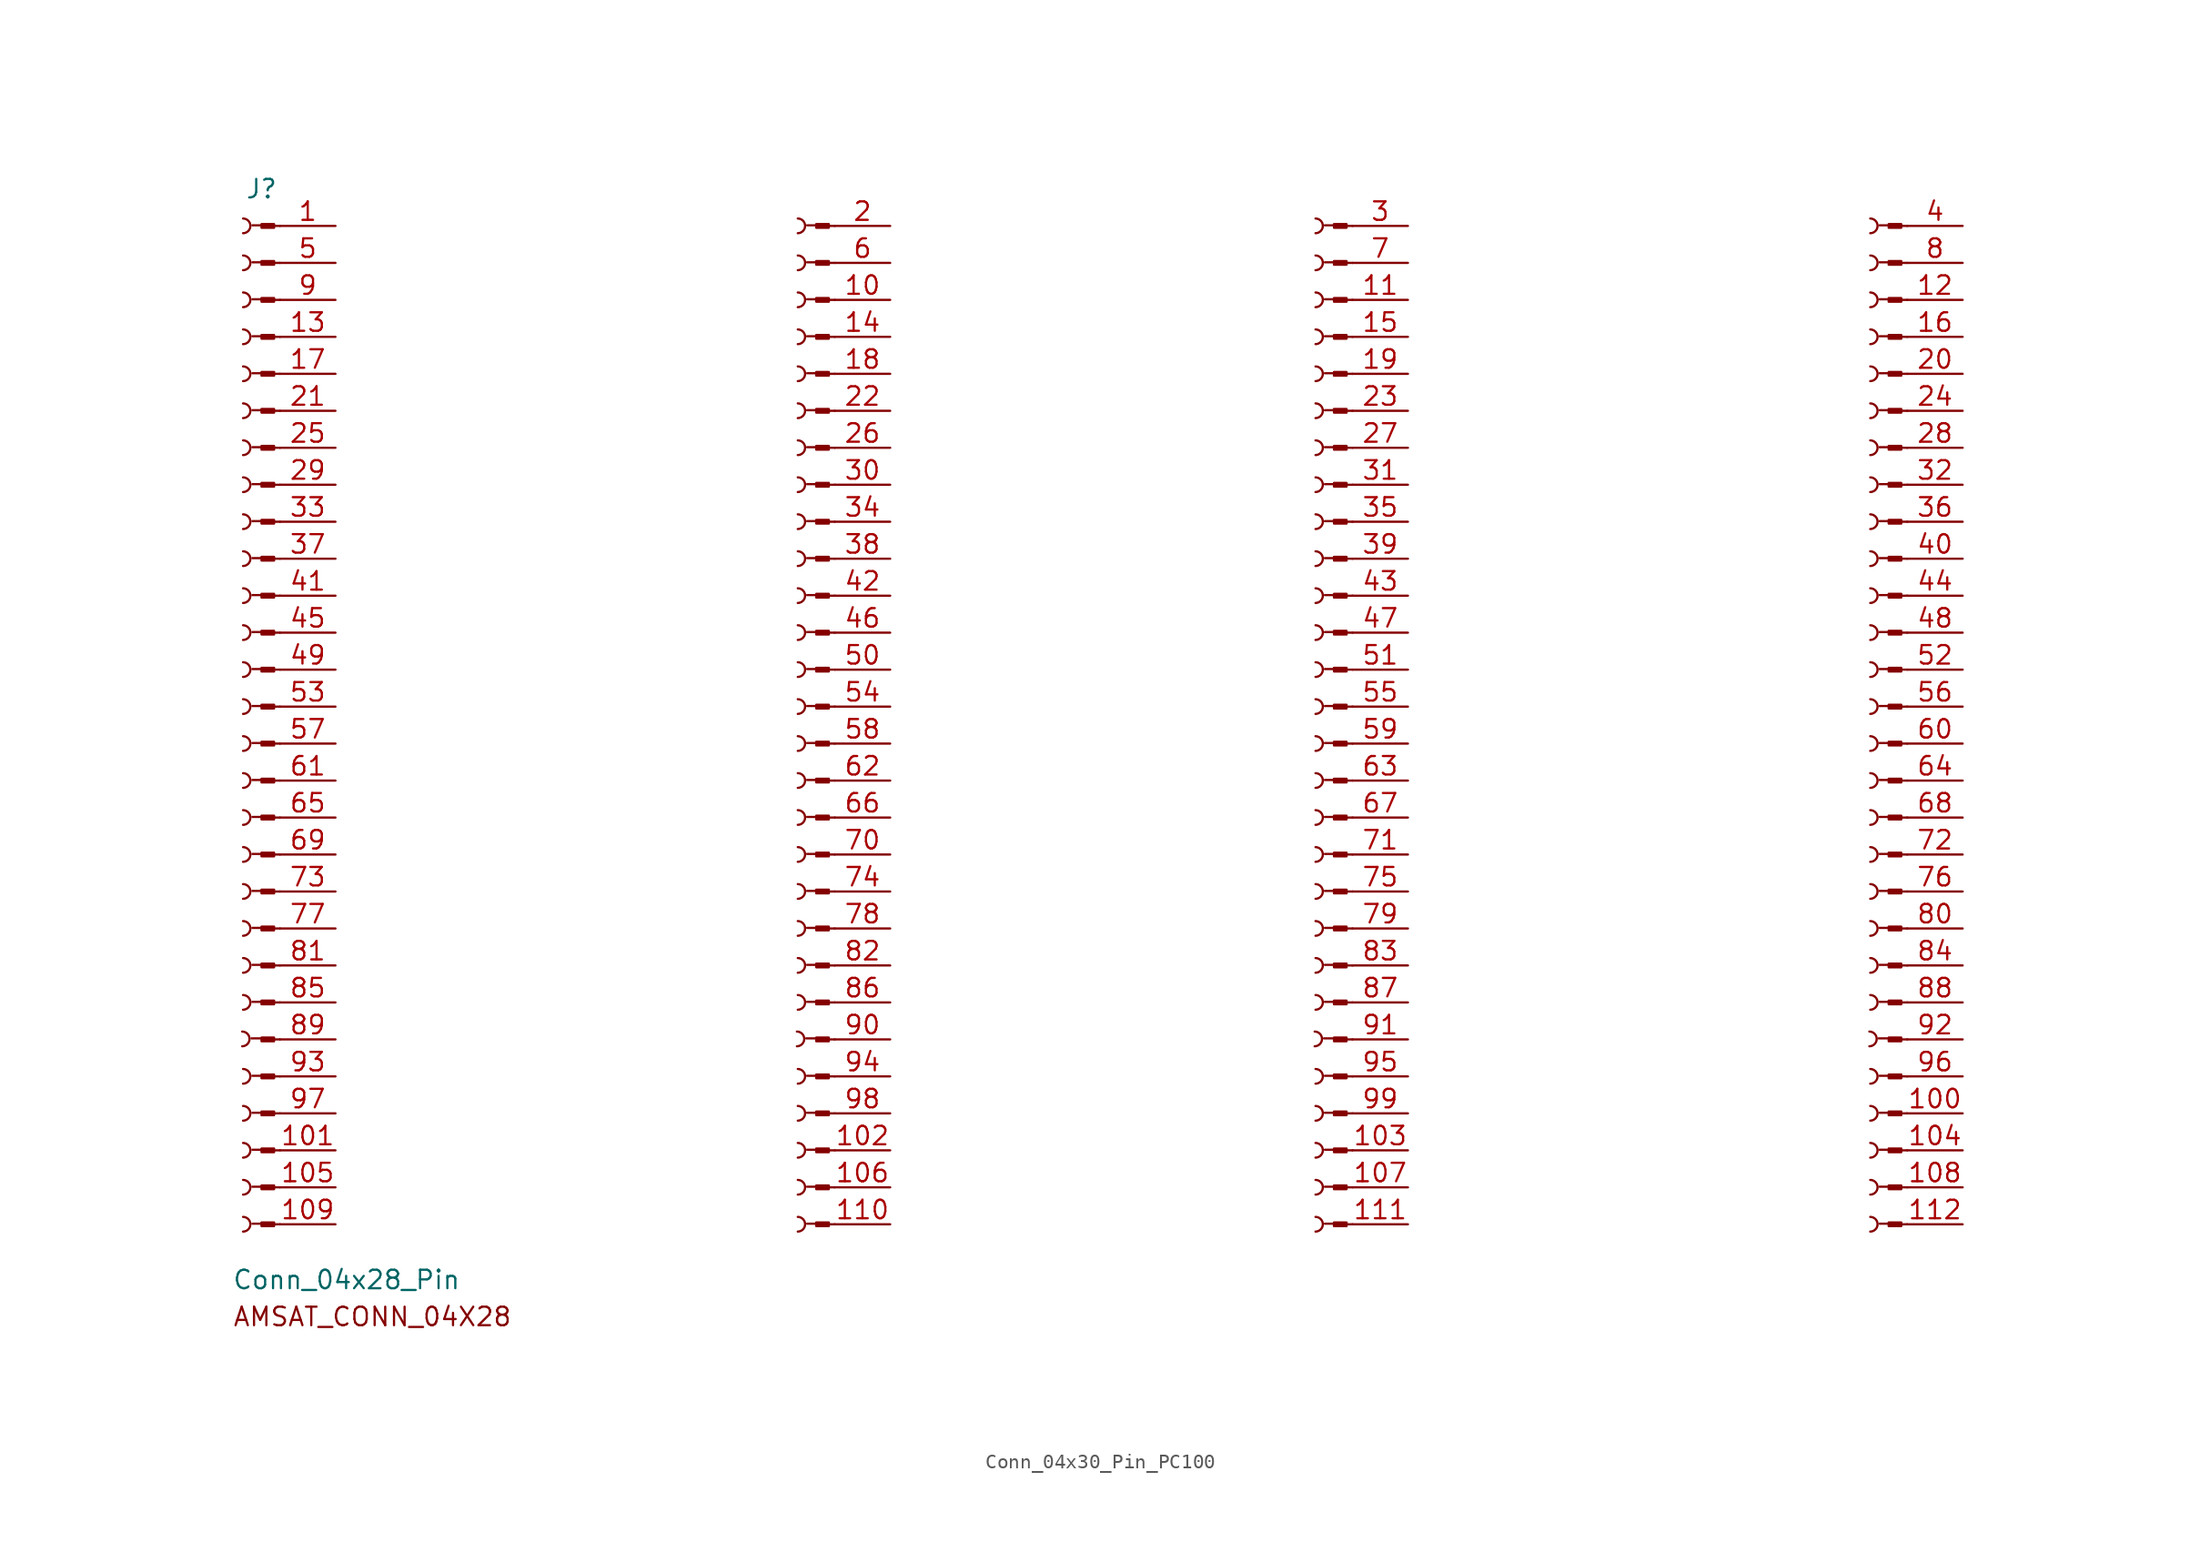
<source format=kicad_sym>
(kicad_symbol_lib
  (version 20220914)
  (generator kicad_symbol_editor)
  (symbol "Conn_04x30_Pin_PC100"
    (pin_names
      (offset 1.016) hide)
    (property "Reference" "J"
      (at 0 38.1 0)
      (effects (font (size 1.27 1.27))))
    (property "Value" "Conn_04x28_Pin"
      (at 5.842 -36.83 0)
      (effects (font (size 1.27 1.27))))
    (property "ki_locked" ""
      (at 0 0 0)
      (effects (font (size 1.27 1.27))))
    (symbol "Conn_04x30_Pin_PC100_1_1"
      (arc (start -1.3279 -20.7968) (mid -0.8221 -20.2888) (end -1.3279 -19.7808) (stroke (width 0.1524) (type default)) (fill (type none)))
      (arc (start -1.2678 -33.528) (mid -0.762 -33.02) (end -1.2678 -32.512) (stroke (width 0.1524) (type default)) (fill (type none)))
      (arc (start -1.2678 -30.988) (mid -0.762 -30.48) (end -1.2678 -29.972) (stroke (width 0.1524) (type default)) (fill (type none)))
      (arc (start -1.2678 -28.448) (mid -0.762 -27.94) (end -1.2678 -27.432) (stroke (width 0.1524) (type default)) (fill (type none)))
      (arc (start -1.2678 -25.908) (mid -0.762 -25.4) (end -1.2678 -24.892) (stroke (width 0.1524) (type default)) (fill (type none)))
      (arc (start -1.2678 -23.368) (mid -0.762 -22.86) (end -1.2678 -22.352) (stroke (width 0.1524) (type default)) (fill (type none)))
      (arc (start -1.2678 -18.288) (mid -0.762 -17.78) (end -1.2678 -17.272) (stroke (width 0.1524) (type default)) (fill (type none)))
      (arc (start -1.2678 -15.748) (mid -0.762 -15.24) (end -1.2678 -14.732) (stroke (width 0.1524) (type default)) (fill (type none)))
      (arc (start -1.2678 -13.208) (mid -0.762 -12.7) (end -1.2678 -12.192) (stroke (width 0.1524) (type default)) (fill (type none)))
      (arc (start -1.2678 -10.668) (mid -0.762 -10.16) (end -1.2678 -9.652) (stroke (width 0.1524) (type default)) (fill (type none)))
      (arc (start -1.2678 -8.128) (mid -0.762 -7.62) (end -1.2678 -7.112) (stroke (width 0.1524) (type default)) (fill (type none)))
      (arc (start -1.2678 -5.588) (mid -0.762 -5.08) (end -1.2678 -4.572) (stroke (width 0.1524) (type default)) (fill (type none)))
      (arc (start -1.2678 -3.048) (mid -0.762 -2.54) (end -1.2678 -2.032) (stroke (width 0.1524) (type default)) (fill (type none)))
      (arc (start -1.2678 -0.508) (mid -0.762 0) (end -1.2678 0.508) (stroke (width 0.1524) (type default)) (fill (type none)))
      (arc (start -1.2678 2.032) (mid -0.762 2.54) (end -1.2678 3.048) (stroke (width 0.1524) (type default)) (fill (type none)))
      (arc (start -1.2678 4.572) (mid -0.762 5.08) (end -1.2678 5.588) (stroke (width 0.1524) (type default)) (fill (type none)))
      (arc (start -1.2678 7.112) (mid -0.762 7.62) (end -1.2678 8.128) (stroke (width 0.1524) (type default)) (fill (type none)))
      (arc (start -1.2678 9.652) (mid -0.762 10.16) (end -1.2678 10.668) (stroke (width 0.1524) (type default)) (fill (type none)))
      (arc (start -1.2678 12.192) (mid -0.762 12.7) (end -1.2678 13.208) (stroke (width 0.1524) (type default)) (fill (type none)))
      (arc (start -1.2678 14.732) (mid -0.762 15.24) (end -1.2678 15.748) (stroke (width 0.1524) (type default)) (fill (type none)))
      (arc (start -1.2678 17.272) (mid -0.762 17.78) (end -1.2678 18.288) (stroke (width 0.1524) (type default)) (fill (type none)))
      (arc (start -1.2678 19.812) (mid -0.762 20.32) (end -1.2678 20.828) (stroke (width 0.1524) (type default)) (fill (type none)))
      (arc (start -1.2678 22.352) (mid -0.762 22.86) (end -1.2678 23.368) (stroke (width 0.1524) (type default)) (fill (type none)))
      (arc (start -1.2678 24.892) (mid -0.762 25.4) (end -1.2678 25.908) (stroke (width 0.1524) (type default)) (fill (type none)))
      (arc (start -1.2678 27.432) (mid -0.762 27.94) (end -1.2678 28.448) (stroke (width 0.1524) (type default)) (fill (type none)))
      (arc (start -1.2678 29.972) (mid -0.762 30.48) (end -1.2678 30.988) (stroke (width 0.1524) (type default)) (fill (type none)))
      (arc (start -1.2678 32.512) (mid -0.762 33.02) (end -1.2678 33.528) (stroke (width 0.1524) (type default)) (fill (type none)))
      (arc (start -1.2678 35.052) (mid -0.762 35.56) (end -1.2678 36.068) (stroke (width 0.1524) (type default)) (fill (type none)))
      (polyline (pts (xy 0.586 -20.248) (xy -0.684 -20.248)) (stroke (width 0) (type default)) (fill (type none)))
      (polyline (pts (xy 0.646 -32.979) (xy -0.624 -32.979)) (stroke (width 0) (type default)) (fill (type none)))
      (polyline (pts (xy 0.646 -30.439) (xy -0.624 -30.439)) (stroke (width 0) (type default)) (fill (type none)))
      (polyline (pts (xy 0.646 -27.899) (xy -0.624 -27.899)) (stroke (width 0) (type default)) (fill (type none)))
      (polyline (pts (xy 0.646 -25.359) (xy -0.624 -25.359)) (stroke (width 0) (type default)) (fill (type none)))
      (polyline (pts (xy 0.646 -22.819) (xy -0.624 -22.819)) (stroke (width 0) (type default)) (fill (type none)))
      (polyline (pts (xy 0.646 -17.739) (xy -0.624 -17.739)) (stroke (width 0) (type default)) (fill (type none)))
      (polyline (pts (xy 0.646 -15.199) (xy -0.624 -15.199)) (stroke (width 0) (type default)) (fill (type none)))
      (polyline (pts (xy 0.646 -12.659) (xy -0.624 -12.659)) (stroke (width 0) (type default)) (fill (type none)))
      (polyline (pts (xy 0.646 -10.119) (xy -0.624 -10.119)) (stroke (width 0) (type default)) (fill (type none)))
      (polyline (pts (xy 0.646 -7.579) (xy -0.624 -7.579)) (stroke (width 0) (type default)) (fill (type none)))
      (polyline (pts (xy 0.646 -5.039) (xy -0.624 -5.039)) (stroke (width 0) (type default)) (fill (type none)))
      (polyline (pts (xy 0.646 -2.499) (xy -0.624 -2.499)) (stroke (width 0) (type default)) (fill (type none)))
      (polyline (pts (xy 0.646 0.041) (xy -0.624 0.041)) (stroke (width 0) (type default)) (fill (type none)))
      (polyline (pts (xy 0.646 2.581) (xy -0.624 2.581)) (stroke (width 0) (type default)) (fill (type none)))
      (polyline (pts (xy 0.646 5.121) (xy -0.624 5.121)) (stroke (width 0) (type default)) (fill (type none)))
      (polyline (pts (xy 0.646 7.661) (xy -0.624 7.661)) (stroke (width 0) (type default)) (fill (type none)))
      (polyline (pts (xy 0.646 10.201) (xy -0.624 10.201)) (stroke (width 0) (type default)) (fill (type none)))
      (polyline (pts (xy 0.646 12.741) (xy -0.624 12.741)) (stroke (width 0) (type default)) (fill (type none)))
      (polyline (pts (xy 0.646 15.281) (xy -0.624 15.281)) (stroke (width 0) (type default)) (fill (type none)))
      (polyline (pts (xy 0.646 17.821) (xy -0.624 17.821)) (stroke (width 0) (type default)) (fill (type none)))
      (polyline (pts (xy 0.646 20.361) (xy -0.624 20.361)) (stroke (width 0) (type default)) (fill (type none)))
      (polyline (pts (xy 0.646 22.901) (xy -0.624 22.901)) (stroke (width 0) (type default)) (fill (type none)))
      (polyline (pts (xy 0.646 25.441) (xy -0.624 25.441)) (stroke (width 0) (type default)) (fill (type none)))
      (polyline (pts (xy 0.646 27.981) (xy -0.624 27.981)) (stroke (width 0) (type default)) (fill (type none)))
      (polyline (pts (xy 0.646 30.521) (xy -0.624 30.521)) (stroke (width 0) (type default)) (fill (type none)))
      (polyline (pts (xy 0.646 33.061) (xy -0.624 33.061)) (stroke (width 0) (type default)) (fill (type none)))
      (polyline (pts (xy 0.646 35.601) (xy -0.624 35.601)) (stroke (width 0) (type default)) (fill (type none)))
      (polyline (pts (xy 1.27 -33.02) (xy 0.864 -33.02)) (stroke (width 0.152) (type default)) (fill (type none)))
      (polyline (pts (xy 1.27 -30.48) (xy 0.864 -30.48)) (stroke (width 0.152) (type default)) (fill (type none)))
      (polyline (pts (xy 1.27 -27.94) (xy 0.864 -27.94)) (stroke (width 0.152) (type default)) (fill (type none)))
      (polyline (pts (xy 1.27 -25.4) (xy 0.864 -25.4)) (stroke (width 0.152) (type default)) (fill (type none)))
      (polyline (pts (xy 1.27 -22.86) (xy 0.864 -22.86)) (stroke (width 0.152) (type default)) (fill (type none)))
      (polyline (pts (xy 1.27 -20.32) (xy 0.864 -20.32)) (stroke (width 0.152) (type default)) (fill (type none)))
      (polyline (pts (xy 1.27 -17.78) (xy 0.864 -17.78)) (stroke (width 0.152) (type default)) (fill (type none)))
      (polyline (pts (xy 1.27 -15.24) (xy 0.864 -15.24)) (stroke (width 0.152) (type default)) (fill (type none)))
      (polyline (pts (xy 1.27 -12.7) (xy 0.864 -12.7)) (stroke (width 0.152) (type default)) (fill (type none)))
      (polyline (pts (xy 1.27 -10.16) (xy 0.864 -10.16)) (stroke (width 0.152) (type default)) (fill (type none)))
      (polyline (pts (xy 1.27 -7.62) (xy 0.864 -7.62)) (stroke (width 0.152) (type default)) (fill (type none)))
      (polyline (pts (xy 1.27 -5.08) (xy 0.864 -5.08)) (stroke (width 0.152) (type default)) (fill (type none)))
      (polyline (pts (xy 1.27 -2.54) (xy 0.864 -2.54)) (stroke (width 0.152) (type default)) (fill (type none)))
      (polyline (pts (xy 1.27 0) (xy 0.864 0)) (stroke (width 0.152) (type default)) (fill (type none)))
      (polyline (pts (xy 1.27 2.54) (xy 0.864 2.54)) (stroke (width 0.152) (type default)) (fill (type none)))
      (polyline (pts (xy 1.27 5.08) (xy 0.864 5.08)) (stroke (width 0.152) (type default)) (fill (type none)))
      (polyline (pts (xy 1.27 7.62) (xy 0.864 7.62)) (stroke (width 0.152) (type default)) (fill (type none)))
      (polyline (pts (xy 1.27 10.16) (xy 0.864 10.16)) (stroke (width 0.152) (type default)) (fill (type none)))
      (polyline (pts (xy 1.27 12.7) (xy 0.864 12.7)) (stroke (width 0.152) (type default)) (fill (type none)))
      (polyline (pts (xy 1.27 15.24) (xy 0.864 15.24)) (stroke (width 0.152) (type default)) (fill (type none)))
      (polyline (pts (xy 1.27 17.78) (xy 0.864 17.78)) (stroke (width 0.152) (type default)) (fill (type none)))
      (polyline (pts (xy 1.27 20.32) (xy 0.864 20.32)) (stroke (width 0.152) (type default)) (fill (type none)))
      (polyline (pts (xy 1.27 22.86) (xy 0.864 22.86)) (stroke (width 0.152) (type default)) (fill (type none)))
      (polyline (pts (xy 1.27 25.4) (xy 0.864 25.4)) (stroke (width 0.152) (type default)) (fill (type none)))
      (polyline (pts (xy 1.27 27.94) (xy 0.864 27.94)) (stroke (width 0.152) (type default)) (fill (type none)))
      (polyline (pts (xy 1.27 30.48) (xy 0.864 30.48)) (stroke (width 0.152) (type default)) (fill (type none)))
      (polyline (pts (xy 1.27 33.02) (xy 0.864 33.02)) (stroke (width 0.152) (type default)) (fill (type none)))
      (polyline (pts (xy 1.27 35.56) (xy 0.864 35.56)) (stroke (width 0.152) (type default)) (fill (type none)))
      (polyline (pts (xy 38.685 -20.248) (xy 37.416 -20.248)) (stroke (width 0) (type default)) (fill (type none)))
      (polyline (pts (xy 38.746 -32.979) (xy 37.476 -32.979)) (stroke (width 0) (type default)) (fill (type none)))
      (polyline (pts (xy 38.746 -30.439) (xy 37.476 -30.439)) (stroke (width 0) (type default)) (fill (type none)))
      (polyline (pts (xy 38.746 -27.899) (xy 37.476 -27.899)) (stroke (width 0) (type default)) (fill (type none)))
      (polyline (pts (xy 38.746 -25.359) (xy 37.476 -25.359)) (stroke (width 0) (type default)) (fill (type none)))
      (polyline (pts (xy 38.746 -22.819) (xy 37.476 -22.819)) (stroke (width 0) (type default)) (fill (type none)))
      (polyline (pts (xy 38.746 -17.739) (xy 37.476 -17.739)) (stroke (width 0) (type default)) (fill (type none)))
      (polyline (pts (xy 38.746 -15.199) (xy 37.476 -15.199)) (stroke (width 0) (type default)) (fill (type none)))
      (polyline (pts (xy 38.746 -12.659) (xy 37.476 -12.659)) (stroke (width 0) (type default)) (fill (type none)))
      (polyline (pts (xy 38.746 -10.119) (xy 37.476 -10.119)) (stroke (width 0) (type default)) (fill (type none)))
      (polyline (pts (xy 38.746 -7.579) (xy 37.476 -7.579)) (stroke (width 0) (type default)) (fill (type none)))
      (polyline (pts (xy 38.746 -5.039) (xy 37.476 -5.039)) (stroke (width 0) (type default)) (fill (type none)))
      (polyline (pts (xy 38.746 -2.499) (xy 37.476 -2.499)) (stroke (width 0) (type default)) (fill (type none)))
      (polyline (pts (xy 38.746 0.041) (xy 37.476 0.041)) (stroke (width 0) (type default)) (fill (type none)))
      (polyline (pts (xy 38.746 2.581) (xy 37.476 2.581)) (stroke (width 0) (type default)) (fill (type none)))
      (polyline (pts (xy 38.746 5.121) (xy 37.476 5.121)) (stroke (width 0) (type default)) (fill (type none)))
      (polyline (pts (xy 38.746 7.661) (xy 37.476 7.661)) (stroke (width 0) (type default)) (fill (type none)))
      (polyline (pts (xy 38.746 10.201) (xy 37.476 10.201)) (stroke (width 0) (type default)) (fill (type none)))
      (polyline (pts (xy 38.746 12.741) (xy 37.476 12.741)) (stroke (width 0) (type default)) (fill (type none)))
      (polyline (pts (xy 38.746 15.281) (xy 37.476 15.281)) (stroke (width 0) (type default)) (fill (type none)))
      (polyline (pts (xy 38.746 17.821) (xy 37.476 17.821)) (stroke (width 0) (type default)) (fill (type none)))
      (polyline (pts (xy 38.746 20.361) (xy 37.476 20.361)) (stroke (width 0) (type default)) (fill (type none)))
      (polyline (pts (xy 38.746 22.901) (xy 37.476 22.901)) (stroke (width 0) (type default)) (fill (type none)))
      (polyline (pts (xy 38.746 25.441) (xy 37.476 25.441)) (stroke (width 0) (type default)) (fill (type none)))
      (polyline (pts (xy 38.746 27.981) (xy 37.476 27.981)) (stroke (width 0) (type default)) (fill (type none)))
      (polyline (pts (xy 38.746 30.521) (xy 37.476 30.521)) (stroke (width 0) (type default)) (fill (type none)))
      (polyline (pts (xy 38.746 33.061) (xy 37.476 33.061)) (stroke (width 0) (type default)) (fill (type none)))
      (polyline (pts (xy 38.746 35.601) (xy 37.476 35.601)) (stroke (width 0) (type default)) (fill (type none)))
      (polyline (pts (xy 39.37 -33.02) (xy 38.964 -33.02)) (stroke (width 0.152) (type default)) (fill (type none)))
      (polyline (pts (xy 39.37 -30.48) (xy 38.964 -30.48)) (stroke (width 0.152) (type default)) (fill (type none)))
      (polyline (pts (xy 39.37 -27.94) (xy 38.964 -27.94)) (stroke (width 0.152) (type default)) (fill (type none)))
      (polyline (pts (xy 39.37 -25.4) (xy 38.964 -25.4)) (stroke (width 0.152) (type default)) (fill (type none)))
      (polyline (pts (xy 39.37 -22.86) (xy 38.964 -22.86)) (stroke (width 0.152) (type default)) (fill (type none)))
      (polyline (pts (xy 39.37 -20.32) (xy 38.964 -20.32)) (stroke (width 0.152) (type default)) (fill (type none)))
      (polyline (pts (xy 39.37 -17.78) (xy 38.964 -17.78)) (stroke (width 0.152) (type default)) (fill (type none)))
      (polyline (pts (xy 39.37 -15.24) (xy 38.964 -15.24)) (stroke (width 0.152) (type default)) (fill (type none)))
      (polyline (pts (xy 39.37 -12.7) (xy 38.964 -12.7)) (stroke (width 0.152) (type default)) (fill (type none)))
      (polyline (pts (xy 39.37 -10.16) (xy 38.964 -10.16)) (stroke (width 0.152) (type default)) (fill (type none)))
      (polyline (pts (xy 39.37 -7.62) (xy 38.964 -7.62)) (stroke (width 0.152) (type default)) (fill (type none)))
      (polyline (pts (xy 39.37 -5.08) (xy 38.964 -5.08)) (stroke (width 0.152) (type default)) (fill (type none)))
      (polyline (pts (xy 39.37 -2.54) (xy 38.964 -2.54)) (stroke (width 0.152) (type default)) (fill (type none)))
      (polyline (pts (xy 39.37 0) (xy 38.964 0)) (stroke (width 0.152) (type default)) (fill (type none)))
      (polyline (pts (xy 39.37 2.54) (xy 38.964 2.54)) (stroke (width 0.152) (type default)) (fill (type none)))
      (polyline (pts (xy 39.37 5.08) (xy 38.964 5.08)) (stroke (width 0.152) (type default)) (fill (type none)))
      (polyline (pts (xy 39.37 7.62) (xy 38.964 7.62)) (stroke (width 0.152) (type default)) (fill (type none)))
      (polyline (pts (xy 39.37 10.16) (xy 38.964 10.16)) (stroke (width 0.152) (type default)) (fill (type none)))
      (polyline (pts (xy 39.37 12.7) (xy 38.964 12.7)) (stroke (width 0.152) (type default)) (fill (type none)))
      (polyline (pts (xy 39.37 15.24) (xy 38.964 15.24)) (stroke (width 0.152) (type default)) (fill (type none)))
      (polyline (pts (xy 39.37 17.78) (xy 38.964 17.78)) (stroke (width 0.152) (type default)) (fill (type none)))
      (polyline (pts (xy 39.37 20.32) (xy 38.964 20.32)) (stroke (width 0.152) (type default)) (fill (type none)))
      (polyline (pts (xy 39.37 22.86) (xy 38.964 22.86)) (stroke (width 0.152) (type default)) (fill (type none)))
      (polyline (pts (xy 39.37 25.4) (xy 38.964 25.4)) (stroke (width 0.152) (type default)) (fill (type none)))
      (polyline (pts (xy 39.37 27.94) (xy 38.964 27.94)) (stroke (width 0.152) (type default)) (fill (type none)))
      (polyline (pts (xy 39.37 30.48) (xy 38.964 30.48)) (stroke (width 0.152) (type default)) (fill (type none)))
      (polyline (pts (xy 39.37 33.02) (xy 38.964 33.02)) (stroke (width 0.152) (type default)) (fill (type none)))
      (polyline (pts (xy 39.37 35.56) (xy 38.964 35.56)) (stroke (width 0.152) (type default)) (fill (type none)))
      (polyline (pts (xy 74.246 -20.248) (xy 72.975 -20.248)) (stroke (width 0) (type default)) (fill (type none)))
      (polyline (pts (xy 74.306 -32.979) (xy 73.036 -32.979)) (stroke (width 0) (type default)) (fill (type none)))
      (polyline (pts (xy 74.306 -30.439) (xy 73.036 -30.439)) (stroke (width 0) (type default)) (fill (type none)))
      (polyline (pts (xy 74.306 -27.899) (xy 73.036 -27.899)) (stroke (width 0) (type default)) (fill (type none)))
      (polyline (pts (xy 74.306 -25.359) (xy 73.036 -25.359)) (stroke (width 0) (type default)) (fill (type none)))
      (polyline (pts (xy 74.306 -22.819) (xy 73.036 -22.819)) (stroke (width 0) (type default)) (fill (type none)))
      (polyline (pts (xy 74.306 -17.739) (xy 73.036 -17.739)) (stroke (width 0) (type default)) (fill (type none)))
      (polyline (pts (xy 74.306 -15.199) (xy 73.036 -15.199)) (stroke (width 0) (type default)) (fill (type none)))
      (polyline (pts (xy 74.306 -12.659) (xy 73.036 -12.659)) (stroke (width 0) (type default)) (fill (type none)))
      (polyline (pts (xy 74.306 -10.119) (xy 73.036 -10.119)) (stroke (width 0) (type default)) (fill (type none)))
      (polyline (pts (xy 74.306 -7.579) (xy 73.036 -7.579)) (stroke (width 0) (type default)) (fill (type none)))
      (polyline (pts (xy 74.306 -5.039) (xy 73.036 -5.039)) (stroke (width 0) (type default)) (fill (type none)))
      (polyline (pts (xy 74.306 -2.499) (xy 73.036 -2.499)) (stroke (width 0) (type default)) (fill (type none)))
      (polyline (pts (xy 74.306 0.041) (xy 73.036 0.041)) (stroke (width 0) (type default)) (fill (type none)))
      (polyline (pts (xy 74.306 2.581) (xy 73.036 2.581)) (stroke (width 0) (type default)) (fill (type none)))
      (polyline (pts (xy 74.306 5.121) (xy 73.036 5.121)) (stroke (width 0) (type default)) (fill (type none)))
      (polyline (pts (xy 74.306 7.661) (xy 73.036 7.661)) (stroke (width 0) (type default)) (fill (type none)))
      (polyline (pts (xy 74.306 10.201) (xy 73.036 10.201)) (stroke (width 0) (type default)) (fill (type none)))
      (polyline (pts (xy 74.306 12.741) (xy 73.036 12.741)) (stroke (width 0) (type default)) (fill (type none)))
      (polyline (pts (xy 74.306 15.281) (xy 73.036 15.281)) (stroke (width 0) (type default)) (fill (type none)))
      (polyline (pts (xy 74.306 17.821) (xy 73.036 17.821)) (stroke (width 0) (type default)) (fill (type none)))
      (polyline (pts (xy 74.306 20.361) (xy 73.036 20.361)) (stroke (width 0) (type default)) (fill (type none)))
      (polyline (pts (xy 74.306 22.901) (xy 73.036 22.901)) (stroke (width 0) (type default)) (fill (type none)))
      (polyline (pts (xy 74.306 25.441) (xy 73.036 25.441)) (stroke (width 0) (type default)) (fill (type none)))
      (polyline (pts (xy 74.306 27.981) (xy 73.036 27.981)) (stroke (width 0) (type default)) (fill (type none)))
      (polyline (pts (xy 74.306 30.521) (xy 73.036 30.521)) (stroke (width 0) (type default)) (fill (type none)))
      (polyline (pts (xy 74.306 33.061) (xy 73.036 33.061)) (stroke (width 0) (type default)) (fill (type none)))
      (polyline (pts (xy 74.306 35.601) (xy 73.036 35.601)) (stroke (width 0) (type default)) (fill (type none)))
      (polyline (pts (xy 74.93 -33.02) (xy 74.524 -33.02)) (stroke (width 0.152) (type default)) (fill (type none)))
      (polyline (pts (xy 74.93 -30.48) (xy 74.524 -30.48)) (stroke (width 0.152) (type default)) (fill (type none)))
      (polyline (pts (xy 74.93 -27.94) (xy 74.524 -27.94)) (stroke (width 0.152) (type default)) (fill (type none)))
      (polyline (pts (xy 74.93 -25.4) (xy 74.524 -25.4)) (stroke (width 0.152) (type default)) (fill (type none)))
      (polyline (pts (xy 74.93 -22.86) (xy 74.524 -22.86)) (stroke (width 0.152) (type default)) (fill (type none)))
      (polyline (pts (xy 74.93 -20.32) (xy 74.524 -20.32)) (stroke (width 0.152) (type default)) (fill (type none)))
      (polyline (pts (xy 74.93 -17.78) (xy 74.524 -17.78)) (stroke (width 0.152) (type default)) (fill (type none)))
      (polyline (pts (xy 74.93 -15.24) (xy 74.524 -15.24)) (stroke (width 0.152) (type default)) (fill (type none)))
      (polyline (pts (xy 74.93 -12.7) (xy 74.524 -12.7)) (stroke (width 0.152) (type default)) (fill (type none)))
      (polyline (pts (xy 74.93 -10.16) (xy 74.524 -10.16)) (stroke (width 0.152) (type default)) (fill (type none)))
      (polyline (pts (xy 74.93 -7.62) (xy 74.524 -7.62)) (stroke (width 0.152) (type default)) (fill (type none)))
      (polyline (pts (xy 74.93 -5.08) (xy 74.524 -5.08)) (stroke (width 0.152) (type default)) (fill (type none)))
      (polyline (pts (xy 74.93 -2.54) (xy 74.524 -2.54)) (stroke (width 0.152) (type default)) (fill (type none)))
      (polyline (pts (xy 74.93 0) (xy 74.524 0)) (stroke (width 0.152) (type default)) (fill (type none)))
      (polyline (pts (xy 74.93 2.54) (xy 74.524 2.54)) (stroke (width 0.152) (type default)) (fill (type none)))
      (polyline (pts (xy 74.93 5.08) (xy 74.524 5.08)) (stroke (width 0.152) (type default)) (fill (type none)))
      (polyline (pts (xy 74.93 7.62) (xy 74.524 7.62)) (stroke (width 0.152) (type default)) (fill (type none)))
      (polyline (pts (xy 74.93 10.16) (xy 74.524 10.16)) (stroke (width 0.152) (type default)) (fill (type none)))
      (polyline (pts (xy 74.93 12.7) (xy 74.524 12.7)) (stroke (width 0.152) (type default)) (fill (type none)))
      (polyline (pts (xy 74.93 15.24) (xy 74.524 15.24)) (stroke (width 0.152) (type default)) (fill (type none)))
      (polyline (pts (xy 74.93 17.78) (xy 74.524 17.78)) (stroke (width 0.152) (type default)) (fill (type none)))
      (polyline (pts (xy 74.93 20.32) (xy 74.524 20.32)) (stroke (width 0.152) (type default)) (fill (type none)))
      (polyline (pts (xy 74.93 22.86) (xy 74.524 22.86)) (stroke (width 0.152) (type default)) (fill (type none)))
      (polyline (pts (xy 74.93 25.4) (xy 74.524 25.4)) (stroke (width 0.152) (type default)) (fill (type none)))
      (polyline (pts (xy 74.93 27.94) (xy 74.524 27.94)) (stroke (width 0.152) (type default)) (fill (type none)))
      (polyline (pts (xy 74.93 30.48) (xy 74.524 30.48)) (stroke (width 0.152) (type default)) (fill (type none)))
      (polyline (pts (xy 74.93 33.02) (xy 74.524 33.02)) (stroke (width 0.152) (type default)) (fill (type none)))
      (polyline (pts (xy 74.93 35.56) (xy 74.524 35.56)) (stroke (width 0.152) (type default)) (fill (type none)))
      (polyline (pts (xy 112.346 -20.248) (xy 111.076 -20.248)) (stroke (width 0) (type default)) (fill (type none)))
      (polyline (pts (xy 112.406 -32.979) (xy 111.136 -32.979)) (stroke (width 0) (type default)) (fill (type none)))
      (polyline (pts (xy 112.406 -30.439) (xy 111.136 -30.439)) (stroke (width 0) (type default)) (fill (type none)))
      (polyline (pts (xy 112.406 -27.899) (xy 111.136 -27.899)) (stroke (width 0) (type default)) (fill (type none)))
      (polyline (pts (xy 112.406 -25.359) (xy 111.136 -25.359)) (stroke (width 0) (type default)) (fill (type none)))
      (polyline (pts (xy 112.406 -22.819) (xy 111.136 -22.819)) (stroke (width 0) (type default)) (fill (type none)))
      (polyline (pts (xy 112.406 -17.739) (xy 111.136 -17.739)) (stroke (width 0) (type default)) (fill (type none)))
      (polyline (pts (xy 112.406 -15.199) (xy 111.136 -15.199)) (stroke (width 0) (type default)) (fill (type none)))
      (polyline (pts (xy 112.406 -12.659) (xy 111.136 -12.659)) (stroke (width 0) (type default)) (fill (type none)))
      (polyline (pts (xy 112.406 -10.119) (xy 111.136 -10.119)) (stroke (width 0) (type default)) (fill (type none)))
      (polyline (pts (xy 112.406 -7.579) (xy 111.136 -7.579)) (stroke (width 0) (type default)) (fill (type none)))
      (polyline (pts (xy 112.406 -5.039) (xy 111.136 -5.039)) (stroke (width 0) (type default)) (fill (type none)))
      (polyline (pts (xy 112.406 -2.499) (xy 111.136 -2.499)) (stroke (width 0) (type default)) (fill (type none)))
      (polyline (pts (xy 112.406 0.041) (xy 111.136 0.041)) (stroke (width 0) (type default)) (fill (type none)))
      (polyline (pts (xy 112.406 2.581) (xy 111.136 2.581)) (stroke (width 0) (type default)) (fill (type none)))
      (polyline (pts (xy 112.406 5.121) (xy 111.136 5.121)) (stroke (width 0) (type default)) (fill (type none)))
      (polyline (pts (xy 112.406 7.661) (xy 111.136 7.661)) (stroke (width 0) (type default)) (fill (type none)))
      (polyline (pts (xy 112.406 10.201) (xy 111.136 10.201)) (stroke (width 0) (type default)) (fill (type none)))
      (polyline (pts (xy 112.406 12.741) (xy 111.136 12.741)) (stroke (width 0) (type default)) (fill (type none)))
      (polyline (pts (xy 112.406 15.281) (xy 111.136 15.281)) (stroke (width 0) (type default)) (fill (type none)))
      (polyline (pts (xy 112.406 17.821) (xy 111.136 17.821)) (stroke (width 0) (type default)) (fill (type none)))
      (polyline (pts (xy 112.406 20.361) (xy 111.136 20.361)) (stroke (width 0) (type default)) (fill (type none)))
      (polyline (pts (xy 112.406 22.901) (xy 111.136 22.901)) (stroke (width 0) (type default)) (fill (type none)))
      (polyline (pts (xy 112.406 25.441) (xy 111.136 25.441)) (stroke (width 0) (type default)) (fill (type none)))
      (polyline (pts (xy 112.406 27.981) (xy 111.136 27.981)) (stroke (width 0) (type default)) (fill (type none)))
      (polyline (pts (xy 112.406 30.521) (xy 111.136 30.521)) (stroke (width 0) (type default)) (fill (type none)))
      (polyline (pts (xy 112.406 33.061) (xy 111.136 33.061)) (stroke (width 0) (type default)) (fill (type none)))
      (polyline (pts (xy 112.406 35.601) (xy 111.136 35.601)) (stroke (width 0) (type default)) (fill (type none)))
      (polyline (pts (xy 113.03 -33.02) (xy 112.624 -33.02)) (stroke (width 0.152) (type default)) (fill (type none)))
      (polyline (pts (xy 113.03 -30.48) (xy 112.624 -30.48)) (stroke (width 0.152) (type default)) (fill (type none)))
      (polyline (pts (xy 113.03 -27.94) (xy 112.624 -27.94)) (stroke (width 0.152) (type default)) (fill (type none)))
      (polyline (pts (xy 113.03 -25.4) (xy 112.624 -25.4)) (stroke (width 0.152) (type default)) (fill (type none)))
      (polyline (pts (xy 113.03 -22.86) (xy 112.624 -22.86)) (stroke (width 0.152) (type default)) (fill (type none)))
      (polyline (pts (xy 113.03 -20.32) (xy 112.624 -20.32)) (stroke (width 0.152) (type default)) (fill (type none)))
      (polyline (pts (xy 113.03 -17.78) (xy 112.624 -17.78)) (stroke (width 0.152) (type default)) (fill (type none)))
      (polyline (pts (xy 113.03 -15.24) (xy 112.624 -15.24)) (stroke (width 0.152) (type default)) (fill (type none)))
      (polyline (pts (xy 113.03 -12.7) (xy 112.624 -12.7)) (stroke (width 0.152) (type default)) (fill (type none)))
      (polyline (pts (xy 113.03 -10.16) (xy 112.624 -10.16)) (stroke (width 0.152) (type default)) (fill (type none)))
      (polyline (pts (xy 113.03 -7.62) (xy 112.624 -7.62)) (stroke (width 0.152) (type default)) (fill (type none)))
      (polyline (pts (xy 113.03 -5.08) (xy 112.624 -5.08)) (stroke (width 0.152) (type default)) (fill (type none)))
      (polyline (pts (xy 113.03 -2.54) (xy 112.624 -2.54)) (stroke (width 0.152) (type default)) (fill (type none)))
      (polyline (pts (xy 113.03 0) (xy 112.624 0)) (stroke (width 0.152) (type default)) (fill (type none)))
      (polyline (pts (xy 113.03 2.54) (xy 112.624 2.54)) (stroke (width 0.152) (type default)) (fill (type none)))
      (polyline (pts (xy 113.03 5.08) (xy 112.624 5.08)) (stroke (width 0.152) (type default)) (fill (type none)))
      (polyline (pts (xy 113.03 7.62) (xy 112.624 7.62)) (stroke (width 0.152) (type default)) (fill (type none)))
      (polyline (pts (xy 113.03 10.16) (xy 112.624 10.16)) (stroke (width 0.152) (type default)) (fill (type none)))
      (polyline (pts (xy 113.03 12.7) (xy 112.624 12.7)) (stroke (width 0.152) (type default)) (fill (type none)))
      (polyline (pts (xy 113.03 15.24) (xy 112.624 15.24)) (stroke (width 0.152) (type default)) (fill (type none)))
      (polyline (pts (xy 113.03 17.78) (xy 112.624 17.78)) (stroke (width 0.152) (type default)) (fill (type none)))
      (polyline (pts (xy 113.03 20.32) (xy 112.624 20.32)) (stroke (width 0.152) (type default)) (fill (type none)))
      (polyline (pts (xy 113.03 22.86) (xy 112.624 22.86)) (stroke (width 0.152) (type default)) (fill (type none)))
      (polyline (pts (xy 113.03 25.4) (xy 112.624 25.4)) (stroke (width 0.152) (type default)) (fill (type none)))
      (polyline (pts (xy 113.03 27.94) (xy 112.624 27.94)) (stroke (width 0.152) (type default)) (fill (type none)))
      (polyline (pts (xy 113.03 30.48) (xy 112.624 30.48)) (stroke (width 0.152) (type default)) (fill (type none)))
      (polyline (pts (xy 113.03 33.02) (xy 112.624 33.02)) (stroke (width 0.152) (type default)) (fill (type none)))
      (polyline (pts (xy 113.03 35.56) (xy 112.624 35.56)) (stroke (width 0.152) (type default)) (fill (type none)))
      (rectangle (start 0.864 -32.893) (end 0 -33.147) (stroke (width 0.152) (type default)) (fill (type outline)))
      (rectangle (start 0.864 -30.353) (end 0 -30.607) (stroke (width 0.152) (type default)) (fill (type outline)))
      (rectangle (start 0.864 -27.813) (end 0 -28.067) (stroke (width 0.152) (type default)) (fill (type outline)))
      (rectangle (start 0.864 -25.273) (end 0 -25.527) (stroke (width 0.152) (type default)) (fill (type outline)))
      (rectangle (start 0.864 -22.733) (end 0 -22.987) (stroke (width 0.152) (type default)) (fill (type outline)))
      (rectangle (start 0.864 -20.193) (end 0 -20.447) (stroke (width 0.152) (type default)) (fill (type outline)))
      (rectangle (start 0.864 -17.653) (end 0 -17.907) (stroke (width 0.152) (type default)) (fill (type outline)))
      (rectangle (start 0.864 -15.113) (end 0 -15.367) (stroke (width 0.152) (type default)) (fill (type outline)))
      (rectangle (start 0.864 -12.573) (end 0 -12.827) (stroke (width 0.152) (type default)) (fill (type outline)))
      (rectangle (start 0.864 -10.033) (end 0 -10.287) (stroke (width 0.152) (type default)) (fill (type outline)))
      (rectangle (start 0.864 -7.493) (end 0 -7.747) (stroke (width 0.152) (type default)) (fill (type outline)))
      (rectangle (start 0.864 -4.953) (end 0 -5.207) (stroke (width 0.152) (type default)) (fill (type outline)))
      (rectangle (start 0.864 -2.413) (end 0 -2.667) (stroke (width 0.152) (type default)) (fill (type outline)))
      (rectangle (start 0.864 0.127) (end 0 -0.127) (stroke (width 0.152) (type default)) (fill (type outline)))
      (rectangle (start 0.864 2.667) (end 0 2.413) (stroke (width 0.152) (type default)) (fill (type outline)))
      (rectangle (start 0.864 5.207) (end 0 4.953) (stroke (width 0.152) (type default)) (fill (type outline)))
      (rectangle (start 0.864 7.747) (end 0 7.493) (stroke (width 0.152) (type default)) (fill (type outline)))
      (rectangle (start 0.864 10.287) (end 0 10.033) (stroke (width 0.152) (type default)) (fill (type outline)))
      (rectangle (start 0.864 12.827) (end 0 12.573) (stroke (width 0.152) (type default)) (fill (type outline)))
      (rectangle (start 0.864 15.367) (end 0 15.113) (stroke (width 0.152) (type default)) (fill (type outline)))
      (rectangle (start 0.864 17.907) (end 0 17.653) (stroke (width 0.152) (type default)) (fill (type outline)))
      (rectangle (start 0.864 20.447) (end 0 20.193) (stroke (width 0.152) (type default)) (fill (type outline)))
      (rectangle (start 0.864 22.987) (end 0 22.733) (stroke (width 0.152) (type default)) (fill (type outline)))
      (rectangle (start 0.864 25.527) (end 0 25.273) (stroke (width 0.152) (type default)) (fill (type outline)))
      (rectangle (start 0.864 28.067) (end 0 27.813) (stroke (width 0.152) (type default)) (fill (type outline)))
      (rectangle (start 0.864 30.607) (end 0 30.353) (stroke (width 0.152) (type default)) (fill (type outline)))
      (rectangle (start 0.864 33.147) (end 0 32.893) (stroke (width 0.152) (type default)) (fill (type outline)))
      (rectangle (start 0.864 35.687) (end 0 35.433) (stroke (width 0.152) (type default)) (fill (type outline)))
      (arc (start 36.7721 -20.7968) (mid 37.2779 -20.2888) (end 36.7721 -19.7808) (stroke (width 0.1524) (type default)) (fill (type none)))
      (arc (start 36.8322 -33.528) (mid 37.338 -33.02) (end 36.8322 -32.512) (stroke (width 0.1524) (type default)) (fill (type none)))
      (arc (start 36.8322 -30.988) (mid 37.338 -30.48) (end 36.8322 -29.972) (stroke (width 0.1524) (type default)) (fill (type none)))
      (arc (start 36.8322 -28.448) (mid 37.338 -27.94) (end 36.8322 -27.432) (stroke (width 0.1524) (type default)) (fill (type none)))
      (arc (start 36.8322 -25.908) (mid 37.338 -25.4) (end 36.8322 -24.892) (stroke (width 0.1524) (type default)) (fill (type none)))
      (arc (start 36.8322 -23.368) (mid 37.338 -22.86) (end 36.8322 -22.352) (stroke (width 0.1524) (type default)) (fill (type none)))
      (arc (start 36.8322 -18.288) (mid 37.338 -17.78) (end 36.8322 -17.272) (stroke (width 0.1524) (type default)) (fill (type none)))
      (arc (start 36.8322 -15.748) (mid 37.338 -15.24) (end 36.8322 -14.732) (stroke (width 0.1524) (type default)) (fill (type none)))
      (arc (start 36.8322 -13.208) (mid 37.338 -12.7) (end 36.8322 -12.192) (stroke (width 0.1524) (type default)) (fill (type none)))
      (arc (start 36.8322 -10.668) (mid 37.338 -10.16) (end 36.8322 -9.652) (stroke (width 0.1524) (type default)) (fill (type none)))
      (arc (start 36.8322 -8.128) (mid 37.338 -7.62) (end 36.8322 -7.112) (stroke (width 0.1524) (type default)) (fill (type none)))
      (arc (start 36.8322 -5.588) (mid 37.338 -5.08) (end 36.8322 -4.572) (stroke (width 0.1524) (type default)) (fill (type none)))
      (arc (start 36.8322 -3.048) (mid 37.338 -2.54) (end 36.8322 -2.032) (stroke (width 0.1524) (type default)) (fill (type none)))
      (arc (start 36.8322 -0.508) (mid 37.338 0) (end 36.8322 0.508) (stroke (width 0.1524) (type default)) (fill (type none)))
      (arc (start 36.8322 2.032) (mid 37.338 2.54) (end 36.8322 3.048) (stroke (width 0.1524) (type default)) (fill (type none)))
      (arc (start 36.8322 4.572) (mid 37.338 5.08) (end 36.8322 5.588) (stroke (width 0.1524) (type default)) (fill (type none)))
      (arc (start 36.8322 7.112) (mid 37.338 7.62) (end 36.8322 8.128) (stroke (width 0.1524) (type default)) (fill (type none)))
      (arc (start 36.8322 9.652) (mid 37.338 10.16) (end 36.8322 10.668) (stroke (width 0.1524) (type default)) (fill (type none)))
      (arc (start 36.8322 12.192) (mid 37.338 12.7) (end 36.8322 13.208) (stroke (width 0.1524) (type default)) (fill (type none)))
      (arc (start 36.8322 14.732) (mid 37.338 15.24) (end 36.8322 15.748) (stroke (width 0.1524) (type default)) (fill (type none)))
      (arc (start 36.8322 17.272) (mid 37.338 17.78) (end 36.8322 18.288) (stroke (width 0.1524) (type default)) (fill (type none)))
      (arc (start 36.8322 19.812) (mid 37.338 20.32) (end 36.8322 20.828) (stroke (width 0.1524) (type default)) (fill (type none)))
      (arc (start 36.8322 22.352) (mid 37.338 22.86) (end 36.8322 23.368) (stroke (width 0.1524) (type default)) (fill (type none)))
      (arc (start 36.8322 24.892) (mid 37.338 25.4) (end 36.8322 25.908) (stroke (width 0.1524) (type default)) (fill (type none)))
      (arc (start 36.8322 27.432) (mid 37.338 27.94) (end 36.8322 28.448) (stroke (width 0.1524) (type default)) (fill (type none)))
      (arc (start 36.8322 29.972) (mid 37.338 30.48) (end 36.8322 30.988) (stroke (width 0.1524) (type default)) (fill (type none)))
      (arc (start 36.8322 32.512) (mid 37.338 33.02) (end 36.8322 33.528) (stroke (width 0.1524) (type default)) (fill (type none)))
      (arc (start 36.8322 35.052) (mid 37.338 35.56) (end 36.8322 36.068) (stroke (width 0.1524) (type default)) (fill (type none)))
      (rectangle (start 38.964 -32.893) (end 38.1 -33.147) (stroke (width 0.152) (type default)) (fill (type outline)))
      (rectangle (start 38.964 -30.353) (end 38.1 -30.607) (stroke (width 0.152) (type default)) (fill (type outline)))
      (rectangle (start 38.964 -27.813) (end 38.1 -28.067) (stroke (width 0.152) (type default)) (fill (type outline)))
      (rectangle (start 38.964 -25.273) (end 38.1 -25.527) (stroke (width 0.152) (type default)) (fill (type outline)))
      (rectangle (start 38.964 -22.733) (end 38.1 -22.987) (stroke (width 0.152) (type default)) (fill (type outline)))
      (rectangle (start 38.964 -20.193) (end 38.1 -20.447) (stroke (width 0.152) (type default)) (fill (type outline)))
      (rectangle (start 38.964 -17.653) (end 38.1 -17.907) (stroke (width 0.152) (type default)) (fill (type outline)))
      (rectangle (start 38.964 -15.113) (end 38.1 -15.367) (stroke (width 0.152) (type default)) (fill (type outline)))
      (rectangle (start 38.964 -12.573) (end 38.1 -12.827) (stroke (width 0.152) (type default)) (fill (type outline)))
      (rectangle (start 38.964 -10.033) (end 38.1 -10.287) (stroke (width 0.152) (type default)) (fill (type outline)))
      (rectangle (start 38.964 -7.493) (end 38.1 -7.747) (stroke (width 0.152) (type default)) (fill (type outline)))
      (rectangle (start 38.964 -4.953) (end 38.1 -5.207) (stroke (width 0.152) (type default)) (fill (type outline)))
      (rectangle (start 38.964 -2.413) (end 38.1 -2.667) (stroke (width 0.152) (type default)) (fill (type outline)))
      (rectangle (start 38.964 0.127) (end 38.1 -0.127) (stroke (width 0.152) (type default)) (fill (type outline)))
      (rectangle (start 38.964 2.667) (end 38.1 2.413) (stroke (width 0.152) (type default)) (fill (type outline)))
      (rectangle (start 38.964 5.207) (end 38.1 4.953) (stroke (width 0.152) (type default)) (fill (type outline)))
      (rectangle (start 38.964 7.747) (end 38.1 7.493) (stroke (width 0.152) (type default)) (fill (type outline)))
      (rectangle (start 38.964 10.287) (end 38.1 10.033) (stroke (width 0.152) (type default)) (fill (type outline)))
      (rectangle (start 38.964 12.827) (end 38.1 12.573) (stroke (width 0.152) (type default)) (fill (type outline)))
      (rectangle (start 38.964 15.367) (end 38.1 15.113) (stroke (width 0.152) (type default)) (fill (type outline)))
      (rectangle (start 38.964 17.907) (end 38.1 17.653) (stroke (width 0.152) (type default)) (fill (type outline)))
      (rectangle (start 38.964 20.447) (end 38.1 20.193) (stroke (width 0.152) (type default)) (fill (type outline)))
      (rectangle (start 38.964 22.987) (end 38.1 22.733) (stroke (width 0.152) (type default)) (fill (type outline)))
      (rectangle (start 38.964 25.527) (end 38.1 25.273) (stroke (width 0.152) (type default)) (fill (type outline)))
      (rectangle (start 38.964 28.067) (end 38.1 27.813) (stroke (width 0.152) (type default)) (fill (type outline)))
      (rectangle (start 38.964 30.607) (end 38.1 30.353) (stroke (width 0.152) (type default)) (fill (type outline)))
      (rectangle (start 38.964 33.147) (end 38.1 32.893) (stroke (width 0.152) (type default)) (fill (type outline)))
      (rectangle (start 38.964 35.687) (end 38.1 35.433) (stroke (width 0.152) (type default)) (fill (type outline)))
      (arc (start 72.3321 -20.7968) (mid 72.8379 -20.2888) (end 72.3321 -19.7808) (stroke (width 0.1524) (type default)) (fill (type none)))
      (arc (start 72.3922 -33.528) (mid 72.898 -33.02) (end 72.3922 -32.512) (stroke (width 0.1524) (type default)) (fill (type none)))
      (arc (start 72.3922 -30.988) (mid 72.898 -30.48) (end 72.3922 -29.972) (stroke (width 0.1524) (type default)) (fill (type none)))
      (arc (start 72.3922 -28.448) (mid 72.898 -27.94) (end 72.3922 -27.432) (stroke (width 0.1524) (type default)) (fill (type none)))
      (arc (start 72.3922 -25.908) (mid 72.898 -25.4) (end 72.3922 -24.892) (stroke (width 0.1524) (type default)) (fill (type none)))
      (arc (start 72.3922 -23.368) (mid 72.898 -22.86) (end 72.3922 -22.352) (stroke (width 0.1524) (type default)) (fill (type none)))
      (arc (start 72.3922 -18.288) (mid 72.898 -17.78) (end 72.3922 -17.272) (stroke (width 0.1524) (type default)) (fill (type none)))
      (arc (start 72.3922 -15.748) (mid 72.898 -15.24) (end 72.3922 -14.732) (stroke (width 0.1524) (type default)) (fill (type none)))
      (arc (start 72.3922 -13.208) (mid 72.898 -12.7) (end 72.3922 -12.192) (stroke (width 0.1524) (type default)) (fill (type none)))
      (arc (start 72.3922 -10.668) (mid 72.898 -10.16) (end 72.3922 -9.652) (stroke (width 0.1524) (type default)) (fill (type none)))
      (arc (start 72.3922 -8.128) (mid 72.898 -7.62) (end 72.3922 -7.112) (stroke (width 0.1524) (type default)) (fill (type none)))
      (arc (start 72.3922 -5.588) (mid 72.898 -5.08) (end 72.3922 -4.572) (stroke (width 0.1524) (type default)) (fill (type none)))
      (arc (start 72.3922 -3.048) (mid 72.898 -2.54) (end 72.3922 -2.032) (stroke (width 0.1524) (type default)) (fill (type none)))
      (arc (start 72.3922 -0.508) (mid 72.898 0) (end 72.3922 0.508) (stroke (width 0.1524) (type default)) (fill (type none)))
      (arc (start 72.3922 2.032) (mid 72.898 2.54) (end 72.3922 3.048) (stroke (width 0.1524) (type default)) (fill (type none)))
      (arc (start 72.3922 4.572) (mid 72.898 5.08) (end 72.3922 5.588) (stroke (width 0.1524) (type default)) (fill (type none)))
      (arc (start 72.3922 7.112) (mid 72.898 7.62) (end 72.3922 8.128) (stroke (width 0.1524) (type default)) (fill (type none)))
      (arc (start 72.3922 9.652) (mid 72.898 10.16) (end 72.3922 10.668) (stroke (width 0.1524) (type default)) (fill (type none)))
      (arc (start 72.3922 12.192) (mid 72.898 12.7) (end 72.3922 13.208) (stroke (width 0.1524) (type default)) (fill (type none)))
      (arc (start 72.3922 14.732) (mid 72.898 15.24) (end 72.3922 15.748) (stroke (width 0.1524) (type default)) (fill (type none)))
      (arc (start 72.3922 17.272) (mid 72.898 17.78) (end 72.3922 18.288) (stroke (width 0.1524) (type default)) (fill (type none)))
      (arc (start 72.3922 19.812) (mid 72.898 20.32) (end 72.3922 20.828) (stroke (width 0.1524) (type default)) (fill (type none)))
      (arc (start 72.3922 22.352) (mid 72.898 22.86) (end 72.3922 23.368) (stroke (width 0.1524) (type default)) (fill (type none)))
      (arc (start 72.3922 24.892) (mid 72.898 25.4) (end 72.3922 25.908) (stroke (width 0.1524) (type default)) (fill (type none)))
      (arc (start 72.3922 27.432) (mid 72.898 27.94) (end 72.3922 28.448) (stroke (width 0.1524) (type default)) (fill (type none)))
      (arc (start 72.3922 29.972) (mid 72.898 30.48) (end 72.3922 30.988) (stroke (width 0.1524) (type default)) (fill (type none)))
      (arc (start 72.3922 32.512) (mid 72.898 33.02) (end 72.3922 33.528) (stroke (width 0.1524) (type default)) (fill (type none)))
      (arc (start 72.3922 35.052) (mid 72.898 35.56) (end 72.3922 36.068) (stroke (width 0.1524) (type default)) (fill (type none)))
      (rectangle (start 74.524 -32.893) (end 73.66 -33.147) (stroke (width 0.152) (type default)) (fill (type outline)))
      (rectangle (start 74.524 -30.353) (end 73.66 -30.607) (stroke (width 0.152) (type default)) (fill (type outline)))
      (rectangle (start 74.524 -27.813) (end 73.66 -28.067) (stroke (width 0.152) (type default)) (fill (type outline)))
      (rectangle (start 74.524 -25.273) (end 73.66 -25.527) (stroke (width 0.152) (type default)) (fill (type outline)))
      (rectangle (start 74.524 -22.733) (end 73.66 -22.987) (stroke (width 0.152) (type default)) (fill (type outline)))
      (rectangle (start 74.524 -20.193) (end 73.66 -20.447) (stroke (width 0.152) (type default)) (fill (type outline)))
      (rectangle (start 74.524 -17.653) (end 73.66 -17.907) (stroke (width 0.152) (type default)) (fill (type outline)))
      (rectangle (start 74.524 -15.113) (end 73.66 -15.367) (stroke (width 0.152) (type default)) (fill (type outline)))
      (rectangle (start 74.524 -12.573) (end 73.66 -12.827) (stroke (width 0.152) (type default)) (fill (type outline)))
      (rectangle (start 74.524 -10.033) (end 73.66 -10.287) (stroke (width 0.152) (type default)) (fill (type outline)))
      (rectangle (start 74.524 -7.493) (end 73.66 -7.747) (stroke (width 0.152) (type default)) (fill (type outline)))
      (rectangle (start 74.524 -4.953) (end 73.66 -5.207) (stroke (width 0.152) (type default)) (fill (type outline)))
      (rectangle (start 74.524 -2.413) (end 73.66 -2.667) (stroke (width 0.152) (type default)) (fill (type outline)))
      (rectangle (start 74.524 0.127) (end 73.66 -0.127) (stroke (width 0.152) (type default)) (fill (type outline)))
      (rectangle (start 74.524 2.667) (end 73.66 2.413) (stroke (width 0.152) (type default)) (fill (type outline)))
      (rectangle (start 74.524 5.207) (end 73.66 4.953) (stroke (width 0.152) (type default)) (fill (type outline)))
      (rectangle (start 74.524 7.747) (end 73.66 7.493) (stroke (width 0.152) (type default)) (fill (type outline)))
      (rectangle (start 74.524 10.287) (end 73.66 10.033) (stroke (width 0.152) (type default)) (fill (type outline)))
      (rectangle (start 74.524 12.827) (end 73.66 12.573) (stroke (width 0.152) (type default)) (fill (type outline)))
      (rectangle (start 74.524 15.367) (end 73.66 15.113) (stroke (width 0.152) (type default)) (fill (type outline)))
      (rectangle (start 74.524 17.907) (end 73.66 17.653) (stroke (width 0.152) (type default)) (fill (type outline)))
      (rectangle (start 74.524 20.447) (end 73.66 20.193) (stroke (width 0.152) (type default)) (fill (type outline)))
      (rectangle (start 74.524 22.987) (end 73.66 22.733) (stroke (width 0.152) (type default)) (fill (type outline)))
      (rectangle (start 74.524 25.527) (end 73.66 25.273) (stroke (width 0.152) (type default)) (fill (type outline)))
      (rectangle (start 74.524 28.067) (end 73.66 27.813) (stroke (width 0.152) (type default)) (fill (type outline)))
      (rectangle (start 74.524 30.607) (end 73.66 30.353) (stroke (width 0.152) (type default)) (fill (type outline)))
      (rectangle (start 74.524 33.147) (end 73.66 32.893) (stroke (width 0.152) (type default)) (fill (type outline)))
      (rectangle (start 74.524 35.687) (end 73.66 35.433) (stroke (width 0.152) (type default)) (fill (type outline)))
      (arc (start 110.4321 -20.7968) (mid 110.9379 -20.2888) (end 110.4321 -19.7808) (stroke (width 0.1524) (type default)) (fill (type none)))
      (arc (start 110.4922 -33.528) (mid 110.998 -33.02) (end 110.4922 -32.512) (stroke (width 0.1524) (type default)) (fill (type none)))
      (arc (start 110.4922 -30.988) (mid 110.998 -30.48) (end 110.4922 -29.972) (stroke (width 0.1524) (type default)) (fill (type none)))
      (arc (start 110.4922 -28.448) (mid 110.998 -27.94) (end 110.4922 -27.432) (stroke (width 0.1524) (type default)) (fill (type none)))
      (arc (start 110.4922 -25.908) (mid 110.998 -25.4) (end 110.4922 -24.892) (stroke (width 0.1524) (type default)) (fill (type none)))
      (arc (start 110.4922 -23.368) (mid 110.998 -22.86) (end 110.4922 -22.352) (stroke (width 0.1524) (type default)) (fill (type none)))
      (arc (start 110.4922 -18.288) (mid 110.998 -17.78) (end 110.4922 -17.272) (stroke (width 0.1524) (type default)) (fill (type none)))
      (arc (start 110.4922 -15.748) (mid 110.998 -15.24) (end 110.4922 -14.732) (stroke (width 0.1524) (type default)) (fill (type none)))
      (arc (start 110.4922 -13.208) (mid 110.998 -12.7) (end 110.4922 -12.192) (stroke (width 0.1524) (type default)) (fill (type none)))
      (arc (start 110.4922 -10.668) (mid 110.998 -10.16) (end 110.4922 -9.652) (stroke (width 0.1524) (type default)) (fill (type none)))
      (arc (start 110.4922 -8.128) (mid 110.998 -7.62) (end 110.4922 -7.112) (stroke (width 0.1524) (type default)) (fill (type none)))
      (arc (start 110.4922 -5.588) (mid 110.998 -5.08) (end 110.4922 -4.572) (stroke (width 0.1524) (type default)) (fill (type none)))
      (arc (start 110.4922 -3.048) (mid 110.998 -2.54) (end 110.4922 -2.032) (stroke (width 0.1524) (type default)) (fill (type none)))
      (arc (start 110.4922 -0.508) (mid 110.998 0) (end 110.4922 0.508) (stroke (width 0.1524) (type default)) (fill (type none)))
      (arc (start 110.4922 2.032) (mid 110.998 2.54) (end 110.4922 3.048) (stroke (width 0.1524) (type default)) (fill (type none)))
      (arc (start 110.4922 4.572) (mid 110.998 5.08) (end 110.4922 5.588) (stroke (width 0.1524) (type default)) (fill (type none)))
      (arc (start 110.4922 7.112) (mid 110.998 7.62) (end 110.4922 8.128) (stroke (width 0.1524) (type default)) (fill (type none)))
      (arc (start 110.4922 9.652) (mid 110.998 10.16) (end 110.4922 10.668) (stroke (width 0.1524) (type default)) (fill (type none)))
      (arc (start 110.4922 12.192) (mid 110.998 12.7) (end 110.4922 13.208) (stroke (width 0.1524) (type default)) (fill (type none)))
      (arc (start 110.4922 14.732) (mid 110.998 15.24) (end 110.4922 15.748) (stroke (width 0.1524) (type default)) (fill (type none)))
      (arc (start 110.4922 17.272) (mid 110.998 17.78) (end 110.4922 18.288) (stroke (width 0.1524) (type default)) (fill (type none)))
      (arc (start 110.4922 19.812) (mid 110.998 20.32) (end 110.4922 20.828) (stroke (width 0.1524) (type default)) (fill (type none)))
      (arc (start 110.4922 22.352) (mid 110.998 22.86) (end 110.4922 23.368) (stroke (width 0.1524) (type default)) (fill (type none)))
      (arc (start 110.4922 24.892) (mid 110.998 25.4) (end 110.4922 25.908) (stroke (width 0.1524) (type default)) (fill (type none)))
      (arc (start 110.4922 27.432) (mid 110.998 27.94) (end 110.4922 28.448) (stroke (width 0.1524) (type default)) (fill (type none)))
      (arc (start 110.4922 29.972) (mid 110.998 30.48) (end 110.4922 30.988) (stroke (width 0.1524) (type default)) (fill (type none)))
      (arc (start 110.4922 32.512) (mid 110.998 33.02) (end 110.4922 33.528) (stroke (width 0.1524) (type default)) (fill (type none)))
      (arc (start 110.4922 35.052) (mid 110.998 35.56) (end 110.4922 36.068) (stroke (width 0.1524) (type default)) (fill (type none)))
      (rectangle (start 112.624 -32.893) (end 111.76 -33.147) (stroke (width 0.152) (type default)) (fill (type outline)))
      (rectangle (start 112.624 -30.353) (end 111.76 -30.607) (stroke (width 0.152) (type default)) (fill (type outline)))
      (rectangle (start 112.624 -27.813) (end 111.76 -28.067) (stroke (width 0.152) (type default)) (fill (type outline)))
      (rectangle (start 112.624 -25.273) (end 111.76 -25.527) (stroke (width 0.152) (type default)) (fill (type outline)))
      (rectangle (start 112.624 -22.733) (end 111.76 -22.987) (stroke (width 0.152) (type default)) (fill (type outline)))
      (rectangle (start 112.624 -20.193) (end 111.76 -20.447) (stroke (width 0.152) (type default)) (fill (type outline)))
      (rectangle (start 112.624 -17.653) (end 111.76 -17.907) (stroke (width 0.152) (type default)) (fill (type outline)))
      (rectangle (start 112.624 -15.113) (end 111.76 -15.367) (stroke (width 0.152) (type default)) (fill (type outline)))
      (rectangle (start 112.624 -12.573) (end 111.76 -12.827) (stroke (width 0.152) (type default)) (fill (type outline)))
      (rectangle (start 112.624 -10.033) (end 111.76 -10.287) (stroke (width 0.152) (type default)) (fill (type outline)))
      (rectangle (start 112.624 -7.493) (end 111.76 -7.747) (stroke (width 0.152) (type default)) (fill (type outline)))
      (rectangle (start 112.624 -4.953) (end 111.76 -5.207) (stroke (width 0.152) (type default)) (fill (type outline)))
      (rectangle (start 112.624 -2.413) (end 111.76 -2.667) (stroke (width 0.152) (type default)) (fill (type outline)))
      (rectangle (start 112.624 0.127) (end 111.76 -0.127) (stroke (width 0.152) (type default)) (fill (type outline)))
      (rectangle (start 112.624 2.667) (end 111.76 2.413) (stroke (width 0.152) (type default)) (fill (type outline)))
      (rectangle (start 112.624 5.207) (end 111.76 4.953) (stroke (width 0.152) (type default)) (fill (type outline)))
      (rectangle (start 112.624 7.747) (end 111.76 7.493) (stroke (width 0.152) (type default)) (fill (type outline)))
      (rectangle (start 112.624 10.287) (end 111.76 10.033) (stroke (width 0.152) (type default)) (fill (type outline)))
      (rectangle (start 112.624 12.827) (end 111.76 12.573) (stroke (width 0.152) (type default)) (fill (type outline)))
      (rectangle (start 112.624 15.367) (end 111.76 15.113) (stroke (width 0.152) (type default)) (fill (type outline)))
      (rectangle (start 112.624 17.907) (end 111.76 17.653) (stroke (width 0.152) (type default)) (fill (type outline)))
      (rectangle (start 112.624 20.447) (end 111.76 20.193) (stroke (width 0.152) (type default)) (fill (type outline)))
      (rectangle (start 112.624 22.987) (end 111.76 22.733) (stroke (width 0.152) (type default)) (fill (type outline)))
      (rectangle (start 112.624 25.527) (end 111.76 25.273) (stroke (width 0.152) (type default)) (fill (type outline)))
      (rectangle (start 112.624 28.067) (end 111.76 27.813) (stroke (width 0.152) (type default)) (fill (type outline)))
      (rectangle (start 112.624 30.607) (end 111.76 30.353) (stroke (width 0.152) (type default)) (fill (type outline)))
      (rectangle (start 112.624 33.147) (end 111.76 32.893) (stroke (width 0.152) (type default)) (fill (type outline)))
      (rectangle (start 112.624 35.687) (end 111.76 35.433) (stroke (width 0.152) (type default)) (fill (type outline)))
      (text "AMSAT_CONN_04X28" (at 7.62 -39.37 0) (effects (font (size 1.27 1.27))))
      (pin passive line (at 5.08 35.56 180) (length 3.81) (name "Pin_1" (effects (font (size 1.27 1.27)))) (number "1" (effects (font (size 1.27 1.27)))))
      (pin passive line (at 43.18 30.48 180) (length 3.81) (name "Pin_10" (effects (font (size 1.27 1.27)))) (number "10" (effects (font (size 1.27 1.27)))))
      (pin passive line (at 116.84 -25.4 180) (length 3.81) (name "Pin_100" (effects (font (size 1.27 1.27)))) (number "100" (effects (font (size 1.27 1.27)))))
      (pin passive line (at 5.08 -27.94 180) (length 3.81) (name "Pin_101" (effects (font (size 1.27 1.27)))) (number "101" (effects (font (size 1.27 1.27)))))
      (pin passive line (at 43.18 -27.94 180) (length 3.81) (name "Pin_102" (effects (font (size 1.27 1.27)))) (number "102" (effects (font (size 1.27 1.27)))))
      (pin passive line (at 78.74 -27.94 180) (length 3.81) (name "Pin_103" (effects (font (size 1.27 1.27)))) (number "103" (effects (font (size 1.27 1.27)))))
      (pin passive line (at 116.84 -27.94 180) (length 3.81) (name "Pin_104" (effects (font (size 1.27 1.27)))) (number "104" (effects (font (size 1.27 1.27)))))
      (pin passive line (at 5.08 -30.48 180) (length 3.81) (name "Pin_105" (effects (font (size 1.27 1.27)))) (number "105" (effects (font (size 1.27 1.27)))))
      (pin passive line (at 43.18 -30.48 180) (length 3.81) (name "Pin_106" (effects (font (size 1.27 1.27)))) (number "106" (effects (font (size 1.27 1.27)))))
      (pin passive line (at 78.74 -30.48 180) (length 3.81) (name "Pin_107" (effects (font (size 1.27 1.27)))) (number "107" (effects (font (size 1.27 1.27)))))
      (pin passive line (at 116.84 -30.48 180) (length 3.81) (name "Pin_108" (effects (font (size 1.27 1.27)))) (number "108" (effects (font (size 1.27 1.27)))))
      (pin passive line (at 5.08 -33.02 180) (length 3.81) (name "Pin_109" (effects (font (size 1.27 1.27)))) (number "109" (effects (font (size 1.27 1.27)))))
      (pin passive line (at 78.74 30.48 180) (length 3.81) (name "Pin_11" (effects (font (size 1.27 1.27)))) (number "11" (effects (font (size 1.27 1.27)))))
      (pin passive line (at 43.18 -33.02 180) (length 3.81) (name "Pin_110" (effects (font (size 1.27 1.27)))) (number "110" (effects (font (size 1.27 1.27)))))
      (pin passive line (at 78.74 -33.02 180) (length 3.81) (name "Pin_111" (effects (font (size 1.27 1.27)))) (number "111" (effects (font (size 1.27 1.27)))))
      (pin passive line (at 116.84 -33.02 180) (length 3.81) (name "Pin_112" (effects (font (size 1.27 1.27)))) (number "112" (effects (font (size 1.27 1.27)))))
      (pin passive line (at 116.84 30.48 180) (length 3.81) (name "Pin_12" (effects (font (size 1.27 1.27)))) (number "12" (effects (font (size 1.27 1.27)))))
      (pin passive line (at 5.08 27.94 180) (length 3.81) (name "Pin_13" (effects (font (size 1.27 1.27)))) (number "13" (effects (font (size 1.27 1.27)))))
      (pin passive line (at 43.18 27.94 180) (length 3.81) (name "Pin_14" (effects (font (size 1.27 1.27)))) (number "14" (effects (font (size 1.27 1.27)))))
      (pin passive line (at 78.74 27.94 180) (length 3.81) (name "Pin_15" (effects (font (size 1.27 1.27)))) (number "15" (effects (font (size 1.27 1.27)))))
      (pin passive line (at 116.84 27.94 180) (length 3.81) (name "Pin_16" (effects (font (size 1.27 1.27)))) (number "16" (effects (font (size 1.27 1.27)))))
      (pin passive line (at 5.08 25.4 180) (length 3.81) (name "Pin_17" (effects (font (size 1.27 1.27)))) (number "17" (effects (font (size 1.27 1.27)))))
      (pin passive line (at 43.18 25.4 180) (length 3.81) (name "Pin_18" (effects (font (size 1.27 1.27)))) (number "18" (effects (font (size 1.27 1.27)))))
      (pin passive line (at 78.74 25.4 180) (length 3.81) (name "Pin_19" (effects (font (size 1.27 1.27)))) (number "19" (effects (font (size 1.27 1.27)))))
      (pin passive line (at 43.18 35.56 180) (length 3.81) (name "Pin_2" (effects (font (size 1.27 1.27)))) (number "2" (effects (font (size 1.27 1.27)))))
      (pin passive line (at 116.84 25.4 180) (length 3.81) (name "Pin_20" (effects (font (size 1.27 1.27)))) (number "20" (effects (font (size 1.27 1.27)))))
      (pin passive line (at 5.08 22.86 180) (length 3.81) (name "Pin_21" (effects (font (size 1.27 1.27)))) (number "21" (effects (font (size 1.27 1.27)))))
      (pin passive line (at 43.18 22.86 180) (length 3.81) (name "Pin_22" (effects (font (size 1.27 1.27)))) (number "22" (effects (font (size 1.27 1.27)))))
      (pin passive line (at 78.74 22.86 180) (length 3.81) (name "Pin_23" (effects (font (size 1.27 1.27)))) (number "23" (effects (font (size 1.27 1.27)))))
      (pin passive line (at 116.84 22.86 180) (length 3.81) (name "Pin_24" (effects (font (size 1.27 1.27)))) (number "24" (effects (font (size 1.27 1.27)))))
      (pin passive line (at 5.08 20.32 180) (length 3.81) (name "Pin_25" (effects (font (size 1.27 1.27)))) (number "25" (effects (font (size 1.27 1.27)))))
      (pin passive line (at 43.18 20.32 180) (length 3.81) (name "Pin_26" (effects (font (size 1.27 1.27)))) (number "26" (effects (font (size 1.27 1.27)))))
      (pin passive line (at 78.74 20.32 180) (length 3.81) (name "Pin_27" (effects (font (size 1.27 1.27)))) (number "27" (effects (font (size 1.27 1.27)))))
      (pin passive line (at 116.84 20.32 180) (length 3.81) (name "Pin_28" (effects (font (size 1.27 1.27)))) (number "28" (effects (font (size 1.27 1.27)))))
      (pin passive line (at 5.08 17.78 180) (length 3.81) (name "Pin_29" (effects (font (size 1.27 1.27)))) (number "29" (effects (font (size 1.27 1.27)))))
      (pin passive line (at 78.74 35.56 180) (length 3.81) (name "Pin_3" (effects (font (size 1.27 1.27)))) (number "3" (effects (font (size 1.27 1.27)))))
      (pin passive line (at 43.18 17.78 180) (length 3.81) (name "Pin_30" (effects (font (size 1.27 1.27)))) (number "30" (effects (font (size 1.27 1.27)))))
      (pin passive line (at 78.74 17.78 180) (length 3.81) (name "Pin_31" (effects (font (size 1.27 1.27)))) (number "31" (effects (font (size 1.27 1.27)))))
      (pin passive line (at 116.84 17.78 180) (length 3.81) (name "Pin_32" (effects (font (size 1.27 1.27)))) (number "32" (effects (font (size 1.27 1.27)))))
      (pin passive line (at 5.08 15.24 180) (length 3.81) (name "Pin_33" (effects (font (size 1.27 1.27)))) (number "33" (effects (font (size 1.27 1.27)))))
      (pin passive line (at 43.18 15.24 180) (length 3.81) (name "Pin_34" (effects (font (size 1.27 1.27)))) (number "34" (effects (font (size 1.27 1.27)))))
      (pin passive line (at 78.74 15.24 180) (length 3.81) (name "Pin_35" (effects (font (size 1.27 1.27)))) (number "35" (effects (font (size 1.27 1.27)))))
      (pin passive line (at 116.84 15.24 180) (length 3.81) (name "Pin_36" (effects (font (size 1.27 1.27)))) (number "36" (effects (font (size 1.27 1.27)))))
      (pin passive line (at 5.08 12.7 180) (length 3.81) (name "Pin_37" (effects (font (size 1.27 1.27)))) (number "37" (effects (font (size 1.27 1.27)))))
      (pin passive line (at 43.18 12.7 180) (length 3.81) (name "Pin_38" (effects (font (size 1.27 1.27)))) (number "38" (effects (font (size 1.27 1.27)))))
      (pin passive line (at 78.74 12.7 180) (length 3.81) (name "Pin_39" (effects (font (size 1.27 1.27)))) (number "39" (effects (font (size 1.27 1.27)))))
      (pin passive line (at 116.84 35.56 180) (length 3.81) (name "Pin_4" (effects (font (size 1.27 1.27)))) (number "4" (effects (font (size 1.27 1.27)))))
      (pin passive line (at 116.84 12.7 180) (length 3.81) (name "Pin_40" (effects (font (size 1.27 1.27)))) (number "40" (effects (font (size 1.27 1.27)))))
      (pin passive line (at 5.08 10.16 180) (length 3.81) (name "Pin_11" (effects (font (size 1.27 1.27)))) (number "41" (effects (font (size 1.27 1.27)))))
      (pin passive line (at 43.18 10.16 180) (length 3.81) (name "Pin_42" (effects (font (size 1.27 1.27)))) (number "42" (effects (font (size 1.27 1.27)))))
      (pin passive line (at 78.74 10.16 180) (length 3.81) (name "Pin_43" (effects (font (size 1.27 1.27)))) (number "43" (effects (font (size 1.27 1.27)))))
      (pin passive line (at 116.84 10.16 180) (length 3.81) (name "Pin_44" (effects (font (size 1.27 1.27)))) (number "44" (effects (font (size 1.27 1.27)))))
      (pin passive line (at 5.08 7.62 180) (length 3.81) (name "Pin_45" (effects (font (size 1.27 1.27)))) (number "45" (effects (font (size 1.27 1.27)))))
      (pin passive line (at 43.18 7.62 180) (length 3.81) (name "Pin_46" (effects (font (size 1.27 1.27)))) (number "46" (effects (font (size 1.27 1.27)))))
      (pin passive line (at 78.74 7.62 180) (length 3.81) (name "Pin_47" (effects (font (size 1.27 1.27)))) (number "47" (effects (font (size 1.27 1.27)))))
      (pin passive line (at 116.84 7.62 180) (length 3.81) (name "Pin_48" (effects (font (size 1.27 1.27)))) (number "48" (effects (font (size 1.27 1.27)))))
      (pin passive line (at 5.08 5.08 180) (length 3.81) (name "Pin_49" (effects (font (size 1.27 1.27)))) (number "49" (effects (font (size 1.27 1.27)))))
      (pin passive line (at 5.08 33.02 180) (length 3.81) (name "Pin_5" (effects (font (size 1.27 1.27)))) (number "5" (effects (font (size 1.27 1.27)))))
      (pin passive line (at 43.18 5.08 180) (length 3.81) (name "Pin_50" (effects (font (size 1.27 1.27)))) (number "50" (effects (font (size 1.27 1.27)))))
      (pin passive line (at 78.74 5.08 180) (length 3.81) (name "Pin_51" (effects (font (size 1.27 1.27)))) (number "51" (effects (font (size 1.27 1.27)))))
      (pin passive line (at 116.84 5.08 180) (length 3.81) (name "Pin_52" (effects (font (size 1.27 1.27)))) (number "52" (effects (font (size 1.27 1.27)))))
      (pin passive line (at 5.08 2.54 180) (length 3.81) (name "Pin_53" (effects (font (size 1.27 1.27)))) (number "53" (effects (font (size 1.27 1.27)))))
      (pin passive line (at 43.18 2.54 180) (length 3.81) (name "Pin_54" (effects (font (size 1.27 1.27)))) (number "54" (effects (font (size 1.27 1.27)))))
      (pin passive line (at 78.74 2.54 180) (length 3.81) (name "Pin_55" (effects (font (size 1.27 1.27)))) (number "55" (effects (font (size 1.27 1.27)))))
      (pin passive line (at 116.84 2.54 180) (length 3.81) (name "Pin_56" (effects (font (size 1.27 1.27)))) (number "56" (effects (font (size 1.27 1.27)))))
      (pin passive line (at 5.08 0 180) (length 3.81) (name "Pin_57" (effects (font (size 1.27 1.27)))) (number "57" (effects (font (size 1.27 1.27)))))
      (pin passive line (at 43.18 0 180) (length 3.81) (name "Pin_58" (effects (font (size 1.27 1.27)))) (number "58" (effects (font (size 1.27 1.27)))))
      (pin passive line (at 78.74 0 180) (length 3.81) (name "Pin_59" (effects (font (size 1.27 1.27)))) (number "59" (effects (font (size 1.27 1.27)))))
      (pin passive line (at 43.18 33.02 180) (length 3.81) (name "Pin_6" (effects (font (size 1.27 1.27)))) (number "6" (effects (font (size 1.27 1.27)))))
      (pin passive line (at 116.84 0 180) (length 3.81) (name "Pin_60" (effects (font (size 1.27 1.27)))) (number "60" (effects (font (size 1.27 1.27)))))
      (pin passive line (at 5.08 -2.54 180) (length 3.81) (name "Pin_61" (effects (font (size 1.27 1.27)))) (number "61" (effects (font (size 1.27 1.27)))))
      (pin passive line (at 43.18 -2.54 180) (length 3.81) (name "Pin_62" (effects (font (size 1.27 1.27)))) (number "62" (effects (font (size 1.27 1.27)))))
      (pin passive line (at 78.74 -2.54 180) (length 3.81) (name "Pin_63" (effects (font (size 1.27 1.27)))) (number "63" (effects (font (size 1.27 1.27)))))
      (pin passive line (at 116.84 -2.54 180) (length 3.81) (name "Pin_64" (effects (font (size 1.27 1.27)))) (number "64" (effects (font (size 1.27 1.27)))))
      (pin passive line (at 5.08 -5.08 180) (length 3.81) (name "Pin_65" (effects (font (size 1.27 1.27)))) (number "65" (effects (font (size 1.27 1.27)))))
      (pin passive line (at 43.18 -5.08 180) (length 3.81) (name "Pin_66" (effects (font (size 1.27 1.27)))) (number "66" (effects (font (size 1.27 1.27)))))
      (pin passive line (at 78.74 -5.08 180) (length 3.81) (name "Pin_67" (effects (font (size 1.27 1.27)))) (number "67" (effects (font (size 1.27 1.27)))))
      (pin passive line (at 116.84 -5.08 180) (length 3.81) (name "Pin_68" (effects (font (size 1.27 1.27)))) (number "68" (effects (font (size 1.27 1.27)))))
      (pin passive line (at 5.08 -7.62 180) (length 3.81) (name "Pin_69" (effects (font (size 1.27 1.27)))) (number "69" (effects (font (size 1.27 1.27)))))
      (pin passive line (at 78.74 33.02 180) (length 3.81) (name "Pin_7" (effects (font (size 1.27 1.27)))) (number "7" (effects (font (size 1.27 1.27)))))
      (pin passive line (at 43.18 -7.62 180) (length 3.81) (name "Pin_70" (effects (font (size 1.27 1.27)))) (number "70" (effects (font (size 1.27 1.27)))))
      (pin passive line (at 78.74 -7.62 180) (length 3.81) (name "Pin_71" (effects (font (size 1.27 1.27)))) (number "71" (effects (font (size 1.27 1.27)))))
      (pin passive line (at 116.84 -7.62 180) (length 3.81) (name "Pin_72" (effects (font (size 1.27 1.27)))) (number "72" (effects (font (size 1.27 1.27)))))
      (pin passive line (at 5.08 -10.16 180) (length 3.81) (name "Pin_73" (effects (font (size 1.27 1.27)))) (number "73" (effects (font (size 1.27 1.27)))))
      (pin passive line (at 43.18 -10.16 180) (length 3.81) (name "Pin_74" (effects (font (size 1.27 1.27)))) (number "74" (effects (font (size 1.27 1.27)))))
      (pin passive line (at 78.74 -10.16 180) (length 3.81) (name "Pin_75" (effects (font (size 1.27 1.27)))) (number "75" (effects (font (size 1.27 1.27)))))
      (pin passive line (at 116.84 -10.16 180) (length 3.81) (name "Pin_76" (effects (font (size 1.27 1.27)))) (number "76" (effects (font (size 1.27 1.27)))))
      (pin passive line (at 5.08 -12.7 180) (length 3.81) (name "Pin_77" (effects (font (size 1.27 1.27)))) (number "77" (effects (font (size 1.27 1.27)))))
      (pin passive line (at 43.18 -12.7 180) (length 3.81) (name "Pin_78" (effects (font (size 1.27 1.27)))) (number "78" (effects (font (size 1.27 1.27)))))
      (pin passive line (at 78.74 -12.7 180) (length 3.81) (name "Pin_79" (effects (font (size 1.27 1.27)))) (number "79" (effects (font (size 1.27 1.27)))))
      (pin passive line (at 116.84 33.02 180) (length 3.81) (name "Pin_8" (effects (font (size 1.27 1.27)))) (number "8" (effects (font (size 1.27 1.27)))))
      (pin passive line (at 116.84 -12.7 180) (length 3.81) (name "Pin_80" (effects (font (size 1.27 1.27)))) (number "80" (effects (font (size 1.27 1.27)))))
      (pin passive line (at 5.08 -15.24 180) (length 3.81) (name "Pin_81" (effects (font (size 1.27 1.27)))) (number "81" (effects (font (size 1.27 1.27)))))
      (pin passive line (at 43.18 -15.24 180) (length 3.81) (name "Pin_82" (effects (font (size 1.27 1.27)))) (number "82" (effects (font (size 1.27 1.27)))))
      (pin passive line (at 78.74 -15.24 180) (length 3.81) (name "Pin_83" (effects (font (size 1.27 1.27)))) (number "83" (effects (font (size 1.27 1.27)))))
      (pin passive line (at 116.84 -15.24 180) (length 3.81) (name "Pin_84" (effects (font (size 1.27 1.27)))) (number "84" (effects (font (size 1.27 1.27)))))
      (pin passive line (at 5.08 -17.78 180) (length 3.81) (name "Pin_85" (effects (font (size 1.27 1.27)))) (number "85" (effects (font (size 1.27 1.27)))))
      (pin passive line (at 43.18 -17.78 180) (length 3.81) (name "Pin_86" (effects (font (size 1.27 1.27)))) (number "86" (effects (font (size 1.27 1.27)))))
      (pin passive line (at 78.74 -17.78 180) (length 3.81) (name "Pin_87" (effects (font (size 1.27 1.27)))) (number "87" (effects (font (size 1.27 1.27)))))
      (pin passive line (at 116.84 -17.78 180) (length 3.81) (name "Pin_88" (effects (font (size 1.27 1.27)))) (number "88" (effects (font (size 1.27 1.27)))))
      (pin passive line (at 5.08 -20.32 180) (length 3.81) (name "Pin_89" (effects (font (size 1.27 1.27)))) (number "89" (effects (font (size 1.27 1.27)))))
      (pin passive line (at 5.08 30.48 180) (length 3.81) (name "Pin_9" (effects (font (size 1.27 1.27)))) (number "9" (effects (font (size 1.27 1.27)))))
      (pin passive line (at 43.18 -20.32 180) (length 3.81) (name "Pin_90" (effects (font (size 1.27 1.27)))) (number "90" (effects (font (size 1.27 1.27)))))
      (pin passive line (at 78.74 -20.32 180) (length 3.81) (name "Pin_91" (effects (font (size 1.27 1.27)))) (number "91" (effects (font (size 1.27 1.27)))))
      (pin passive line (at 116.84 -20.32 180) (length 3.81) (name "Pin_92" (effects (font (size 1.27 1.27)))) (number "92" (effects (font (size 1.27 1.27)))))
      (pin passive line (at 5.08 -22.86 180) (length 3.81) (name "Pin_93" (effects (font (size 1.27 1.27)))) (number "93" (effects (font (size 1.27 1.27)))))
      (pin passive line (at 43.18 -22.86 180) (length 3.81) (name "Pin_94" (effects (font (size 1.27 1.27)))) (number "94" (effects (font (size 1.27 1.27)))))
      (pin passive line (at 78.74 -22.86 180) (length 3.81) (name "Pin_95" (effects (font (size 1.27 1.27)))) (number "95" (effects (font (size 1.27 1.27)))))
      (pin passive line (at 116.84 -22.86 180) (length 3.81) (name "Pin_96" (effects (font (size 1.27 1.27)))) (number "96" (effects (font (size 1.27 1.27)))))
      (pin passive line (at 5.08 -25.4 180) (length 3.81) (name "Pin_97" (effects (font (size 1.27 1.27)))) (number "97" (effects (font (size 1.27 1.27)))))
      (pin passive line (at 43.18 -25.4 180) (length 3.81) (name "Pin_98" (effects (font (size 1.27 1.27)))) (number "98" (effects (font (size 1.27 1.27)))))
      (pin passive line (at 78.74 -25.4 180) (length 3.81) (name "Pin_99" (effects (font (size 1.27 1.27)))) (number "99" (effects (font (size 1.27 1.27))))))))
</source>
